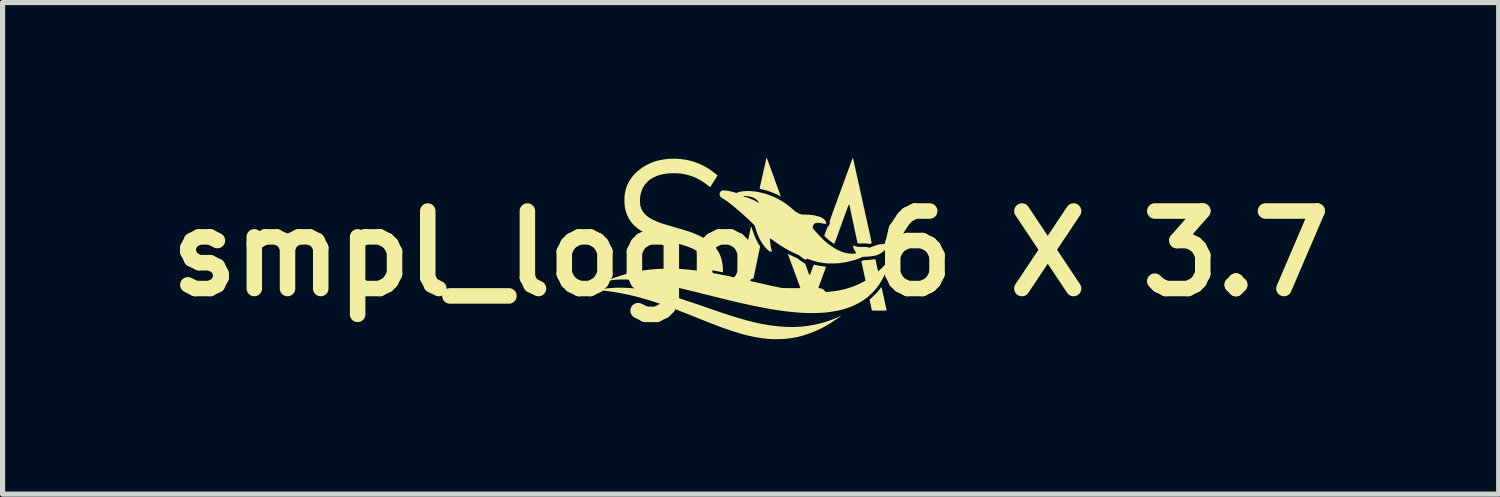
<source format=kicad_pcb>
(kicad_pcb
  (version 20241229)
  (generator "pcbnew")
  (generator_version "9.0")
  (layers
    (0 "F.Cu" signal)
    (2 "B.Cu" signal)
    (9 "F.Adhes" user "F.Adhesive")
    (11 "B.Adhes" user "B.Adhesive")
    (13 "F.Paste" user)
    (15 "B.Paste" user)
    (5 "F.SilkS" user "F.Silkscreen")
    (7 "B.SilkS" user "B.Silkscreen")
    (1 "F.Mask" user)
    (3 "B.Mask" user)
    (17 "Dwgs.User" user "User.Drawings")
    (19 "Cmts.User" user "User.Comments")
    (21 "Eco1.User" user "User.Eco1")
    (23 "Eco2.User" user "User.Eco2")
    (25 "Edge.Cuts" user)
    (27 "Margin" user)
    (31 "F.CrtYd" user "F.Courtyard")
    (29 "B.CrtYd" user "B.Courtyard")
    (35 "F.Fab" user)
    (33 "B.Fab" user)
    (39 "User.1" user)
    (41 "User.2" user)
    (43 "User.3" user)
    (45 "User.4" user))
  (footprint "smpl_logo_ 6 X 3.7"
    (layer "F.Cu")
    (at 11.479 1.856)
    (property "Reference" "smpl_logo_ 6 X 3.7" (at 0 0 0) (layer "F.SilkS") (effects (font (size 1.5 1.5) (thickness 0.3))))
    (attr board_only exclude_from_pos_files exclude_from_bom)
    (fp_poly (pts (xy -2.801 0.538) (xy -2.803 0.54) (xy -2.805 0.538) (xy -2.803 0.536)) (stroke (width 0) (type solid)) (fill yes) (layer "F.SilkS"))
    (fp_poly (pts (xy 2.533 0.653) (xy 2.534 0.659) (xy 2.537 0.672) (xy 2.542 0.69) (xy 2.547 0.714) (xy 2.554 0.746) (xy 2.563 0.784) (xy 2.573 0.83) (xy 2.583 0.877) (xy 2.591 0.912) (xy 2.598 0.946) (xy 2.605 0.978) (xy 2.611 1.007) (xy 2.617 1.03) (xy 2.621 1.048) (xy 2.622 1.056) (xy 2.626 1.073) (xy 2.629 1.087) (xy 2.63 1.097) (xy 2.631 1.099) (xy 2.63 1.1) (xy 2.628 1.102) (xy 2.623 1.103) (xy 2.614 1.104) (xy 2.601 1.105) (xy 2.584 1.105) (xy 2.56 1.105) (xy 2.53 1.105) (xy 2.493 1.105) (xy 2.489 1.105) (xy 2.449 1.105) (xy 2.417 1.105) (xy 2.391 1.105) (xy 2.372 1.104) (xy 2.359 1.103) (xy 2.351 1.102) (xy 2.346 1.101) (xy 2.346 1.1) (xy 2.344 1.094) (xy 2.341 1.081) (xy 2.337 1.06) (xy 2.331 1.032) (xy 2.323 0.996) (xy 2.314 0.952) (xy 2.31 0.933) (xy 2.301 0.892) (xy 2.324 0.873) (xy 2.355 0.845) (xy 2.388 0.814) (xy 2.421 0.78) (xy 2.453 0.745) (xy 2.482 0.711) (xy 2.507 0.68) (xy 2.511 0.674) (xy 2.522 0.66) (xy 2.529 0.653) (xy 2.532 0.653)) (stroke (width 0) (type solid)) (fill yes) (layer "F.SilkS"))
    (fp_poly (pts (xy 0.015 -0.512) (xy 0.019 -0.502) (xy 0.024 -0.488) (xy 0.025 -0.485) (xy 0.054 -0.396) (xy 0.087 -0.312) (xy 0.123 -0.236) (xy 0.16 -0.173) (xy 0.183 -0.135) (xy 0.177 -0.104) (xy 0.174 -0.091) (xy 0.17 -0.071) (xy 0.165 -0.045) (xy 0.158 -0.015) (xy 0.151 0.02) (xy 0.143 0.057) (xy 0.135 0.096) (xy 0.127 0.135) (xy 0.118 0.174) (xy 0.114 0.195) (xy 0.107 0.23) (xy 0.1 0.263) (xy 0.094 0.293) (xy 0.09 0.312) (xy 0.089 0.319) (xy 0.086 0.333) (xy 0.082 0.352) (xy 0.077 0.374) (xy 0.073 0.393) (xy 0.068 0.417) (xy 0.063 0.439) (xy 0.059 0.458) (xy 0.056 0.471) (xy 0.055 0.477) (xy 0.054 0.483) (xy 0.052 0.487) (xy 0.047 0.489) (xy 0.04 0.489) (xy 0.029 0.488) (xy 0.012 0.485) (xy -0.011 0.479) (xy -0.035 0.474) (xy -0.063 0.467) (xy -0.092 0.46) (xy -0.12 0.453) (xy -0.143 0.448) (xy -0.15 0.446) (xy -0.169 0.442) (xy -0.185 0.438) (xy -0.196 0.434) (xy -0.201 0.432) (xy -0.201 0.43) (xy -0.201 0.425) (xy -0.2 0.417) (xy -0.198 0.405) (xy -0.195 0.388) (xy -0.19 0.366) (xy -0.184 0.338) (xy -0.177 0.305) (xy -0.168 0.264) (xy -0.157 0.216) (xy -0.152 0.195) (xy -0.146 0.167) (xy -0.138 0.133) (xy -0.13 0.096) (xy -0.121 0.058) (xy -0.113 0.022) (xy -0.11 0.008) (xy -0.104 -0.023) (xy -0.096 -0.055) (xy -0.09 -0.084) (xy -0.084 -0.11) (xy -0.079 -0.131) (xy -0.077 -0.141) (xy -0.072 -0.161) (xy -0.066 -0.187) (xy -0.06 -0.215) (xy -0.054 -0.242) (xy -0.052 -0.251) (xy -0.047 -0.273) (xy -0.043 -0.291) (xy -0.039 -0.308) (xy -0.035 -0.326) (xy -0.031 -0.345) (xy -0.026 -0.367) (xy -0.021 -0.393) (xy -0.014 -0.425) (xy -0.008 -0.452) (xy -0.002 -0.477) (xy 0.003 -0.497) (xy 0.008 -0.509) (xy 0.011 -0.515) (xy 0.011 -0.515)) (stroke (width 0) (type solid)) (fill yes) (layer "F.SilkS"))
    (fp_poly (pts (xy 0.31 -1.852) (xy 0.314 -1.842) (xy 0.321 -1.826) (xy 0.329 -1.806) (xy 0.338 -1.781) (xy 0.347 -1.757) (xy 0.358 -1.725) (xy 0.37 -1.693) (xy 0.381 -1.662) (xy 0.392 -1.633) (xy 0.4 -1.61) (xy 0.404 -1.6) (xy 0.413 -1.576) (xy 0.422 -1.551) (xy 0.43 -1.528) (xy 0.436 -1.51) (xy 0.437 -1.509) (xy 0.444 -1.489) (xy 0.453 -1.465) (xy 0.461 -1.441) (xy 0.466 -1.43) (xy 0.472 -1.411) (xy 0.481 -1.387) (xy 0.491 -1.36) (xy 0.501 -1.331) (xy 0.509 -1.309) (xy 0.526 -1.263) (xy 0.54 -1.224) (xy 0.552 -1.192) (xy 0.561 -1.166) (xy 0.568 -1.146) (xy 0.574 -1.13) (xy 0.578 -1.119) (xy 0.58 -1.112) (xy 0.581 -1.108) (xy 0.582 -1.107) (xy 0.581 -1.106) (xy 0.576 -1.107) (xy 0.568 -1.111) (xy 0.554 -1.118) (xy 0.534 -1.128) (xy 0.496 -1.147) (xy 0.455 -1.165) (xy 0.414 -1.182) (xy 0.375 -1.196) (xy 0.366 -1.199) (xy 0.349 -1.204) (xy 0.334 -1.209) (xy 0.324 -1.213) (xy 0.322 -1.214) (xy 0.314 -1.217) (xy 0.299 -1.221) (xy 0.28 -1.226) (xy 0.259 -1.232) (xy 0.238 -1.237) (xy 0.218 -1.242) (xy 0.202 -1.246) (xy 0.198 -1.247) (xy 0.184 -1.25) (xy 0.177 -1.254) (xy 0.175 -1.258) (xy 0.176 -1.265) (xy 0.178 -1.278) (xy 0.181 -1.295) (xy 0.185 -1.309) (xy 0.188 -1.326) (xy 0.193 -1.348) (xy 0.199 -1.376) (xy 0.206 -1.406) (xy 0.213 -1.438) (xy 0.218 -1.459) (xy 0.224 -1.489) (xy 0.231 -1.518) (xy 0.237 -1.544) (xy 0.242 -1.565) (xy 0.245 -1.582) (xy 0.247 -1.59) (xy 0.25 -1.602) (xy 0.254 -1.62) (xy 0.26 -1.643) (xy 0.265 -1.669) (xy 0.27 -1.691) (xy 0.276 -1.718) (xy 0.282 -1.743) (xy 0.287 -1.766) (xy 0.291 -1.785) (xy 0.294 -1.795) (xy 0.297 -1.812) (xy 0.3 -1.828) (xy 0.302 -1.838) (xy 0.304 -1.849) (xy 0.307 -1.855) (xy 0.308 -1.856)) (stroke (width 0) (type solid)) (fill yes) (layer "F.SilkS"))
    (fp_poly (pts (xy 0.725 0.011) (xy 0.735 0.015) (xy 0.75 0.022) (xy 0.769 0.031) (xy 0.786 0.039) (xy 0.809 0.05) (xy 0.832 0.06) (xy 0.852 0.07) (xy 0.868 0.076) (xy 0.875 0.079) (xy 0.889 0.085) (xy 0.9 0.091) (xy 0.905 0.094) (xy 0.912 0.1) (xy 0.922 0.108) (xy 0.926 0.111) (xy 0.936 0.119) (xy 0.942 0.124) (xy 0.943 0.125) (xy 0.949 0.129) (xy 0.959 0.137) (xy 0.974 0.147) (xy 0.99 0.157) (xy 1.006 0.168) (xy 1.02 0.177) (xy 1.032 0.184) (xy 1.033 0.185) (xy 1.044 0.191) (xy 1.052 0.197) (xy 1.057 0.205) (xy 1.062 0.217) (xy 1.066 0.228) (xy 1.072 0.243) (xy 1.079 0.264) (xy 1.088 0.288) (xy 1.097 0.313) (xy 1.1 0.322) (xy 1.108 0.345) (xy 1.116 0.365) (xy 1.122 0.383) (xy 1.126 0.395) (xy 1.128 0.399) (xy 1.134 0.41) (xy 1.14 0.413) (xy 1.143 0.413) (xy 1.145 0.41) (xy 1.149 0.405) (xy 1.153 0.397) (xy 1.158 0.384) (xy 1.165 0.367) (xy 1.173 0.344) (xy 1.183 0.316) (xy 1.196 0.281) (xy 1.204 0.259) (xy 1.212 0.239) (xy 1.218 0.225) (xy 1.223 0.217) (xy 1.225 0.216) (xy 1.232 0.217) (xy 1.244 0.22) (xy 1.259 0.223) (xy 1.263 0.224) (xy 1.292 0.231) (xy 1.325 0.237) (xy 1.359 0.243) (xy 1.392 0.248) (xy 1.42 0.251) (xy 1.424 0.252) (xy 1.44 0.253) (xy 1.452 0.255) (xy 1.458 0.256) (xy 1.459 0.256) (xy 1.457 0.261) (xy 1.454 0.272) (xy 1.448 0.287) (xy 1.442 0.305) (xy 1.435 0.325) (xy 1.428 0.345) (xy 1.421 0.363) (xy 1.415 0.378) (xy 1.413 0.384) (xy 1.41 0.393) (xy 1.404 0.409) (xy 1.396 0.43) (xy 1.387 0.456) (xy 1.376 0.485) (xy 1.365 0.516) (xy 1.353 0.548) (xy 1.341 0.58) (xy 1.33 0.611) (xy 1.32 0.64) (xy 1.311 0.665) (xy 1.307 0.675) (xy 1.3 0.694) (xy 1.294 0.706) (xy 1.289 0.712) (xy 1.286 0.713) (xy 1.279 0.713) (xy 1.265 0.713) (xy 1.247 0.712) (xy 1.226 0.711) (xy 1.222 0.71) (xy 1.19 0.708) (xy 1.157 0.706) (xy 1.124 0.703) (xy 1.091 0.7) (xy 1.06 0.696) (xy 1.032 0.692) (xy 1.007 0.689) (xy 0.988 0.686) (xy 0.974 0.683) (xy 0.967 0.68) (xy 0.966 0.68) (xy 0.964 0.675) (xy 0.96 0.663) (xy 0.954 0.646) (xy 0.946 0.624) (xy 0.937 0.6) (xy 0.932 0.586) (xy 0.92 0.553) (xy 0.906 0.516) (xy 0.892 0.477) (xy 0.878 0.438) (xy 0.865 0.404) (xy 0.865 0.403) (xy 0.854 0.375) (xy 0.844 0.347) (xy 0.835 0.321) (xy 0.827 0.3) (xy 0.821 0.284) (xy 0.819 0.278) (xy 0.811 0.258) (xy 0.803 0.235) (xy 0.796 0.216) (xy 0.789 0.198) (xy 0.782 0.179) (xy 0.777 0.164) (xy 0.777 0.164) (xy 0.763 0.127) (xy 0.75 0.094) (xy 0.74 0.065) (xy 0.732 0.042) (xy 0.725 0.024) (xy 0.722 0.013) (xy 0.721 0.009)) (stroke (width 0) (type solid)) (fill yes) (layer "F.SilkS"))
    (fp_poly (pts (xy -1.358 -1.828) (xy -1.258 -1.815) (xy -1.161 -1.793) (xy -1.065 -1.764) (xy -0.973 -1.727) (xy -0.885 -1.683) (xy -0.8 -1.632) (xy -0.794 -1.628) (xy -0.778 -1.617) (xy -0.758 -1.602) (xy -0.736 -1.586) (xy -0.713 -1.569) (xy -0.691 -1.552) (xy -0.672 -1.537) (xy -0.657 -1.525) (xy -0.654 -1.522) (xy -0.64 -1.51) (xy -0.711 -1.398) (xy -0.728 -1.371) (xy -0.744 -1.346) (xy -0.758 -1.324) (xy -0.769 -1.306) (xy -0.778 -1.293) (xy -0.782 -1.286) (xy -0.783 -1.285) (xy -0.787 -1.287) (xy -0.796 -1.293) (xy -0.809 -1.303) (xy -0.824 -1.315) (xy -0.83 -1.319) (xy -0.906 -1.376) (xy -0.984 -1.424) (xy -1.064 -1.465) (xy -1.146 -1.498) (xy -1.231 -1.523) (xy -1.32 -1.542) (xy -1.334 -1.544) (xy -1.365 -1.548) (xy -1.403 -1.55) (xy -1.444 -1.552) (xy -1.486 -1.553) (xy -1.527 -1.553) (xy -1.565 -1.552) (xy -1.587 -1.551) (xy -1.667 -1.54) (xy -1.741 -1.525) (xy -1.809 -1.504) (xy -1.871 -1.477) (xy -1.927 -1.445) (xy -1.977 -1.408) (xy -2.021 -1.366) (xy -2.058 -1.318) (xy -2.089 -1.265) (xy -2.113 -1.207) (xy -2.13 -1.145) (xy -2.134 -1.124) (xy -2.139 -1.094) (xy -2.141 -1.061) (xy -2.142 -1.026) (xy -2.142 -0.991) (xy -2.14 -0.959) (xy -2.137 -0.931) (xy -2.133 -0.913) (xy -2.117 -0.869) (xy -2.097 -0.827) (xy -2.07 -0.789) (xy -2.038 -0.753) (xy -1.999 -0.719) (xy -1.953 -0.688) (xy -1.9 -0.658) (xy -1.839 -0.629) (xy -1.793 -0.61) (xy -1.776 -0.603) (xy -1.76 -0.597) (xy -1.744 -0.591) (xy -1.728 -0.585) (xy -1.711 -0.58) (xy -1.692 -0.573) (xy -1.67 -0.567) (xy -1.644 -0.559) (xy -1.615 -0.55) (xy -1.58 -0.54) (xy -1.54 -0.528) (xy -1.493 -0.514) (xy -1.448 -0.501) (xy -1.393 -0.485) (xy -1.344 -0.471) (xy -1.302 -0.458) (xy -1.266 -0.447) (xy -1.234 -0.437) (xy -1.206 -0.428) (xy -1.18 -0.42) (xy -1.157 -0.412) (xy -1.135 -0.404) (xy -1.113 -0.395) (xy -1.091 -0.386) (xy -1.086 -0.384) (xy -1.002 -0.347) (xy -0.925 -0.309) (xy -0.856 -0.268) (xy -0.794 -0.224) (xy -0.74 -0.179) (xy -0.693 -0.13) (xy -0.652 -0.079) (xy -0.619 -0.025) (xy -0.605 0.002) (xy -0.58 0.063) (xy -0.56 0.13) (xy -0.546 0.201) (xy -0.538 0.277) (xy -0.537 0.3) (xy -0.537 0.322) (xy -0.536 0.341) (xy -0.536 0.356) (xy -0.536 0.364) (xy -0.536 0.365) (xy -0.541 0.364) (xy -0.552 0.362) (xy -0.567 0.359) (xy -0.578 0.357) (xy -0.593 0.354) (xy -0.615 0.349) (xy -0.641 0.344) (xy -0.671 0.339) (xy -0.702 0.333) (xy -0.725 0.329) (xy -0.833 0.309) (xy -0.838 0.27) (xy -0.849 0.21) (xy -0.868 0.154) (xy -0.893 0.103) (xy -0.925 0.055) (xy -0.964 0.012) (xy -1.011 -0.027) (xy -1.065 -0.063) (xy -1.09 -0.077) (xy -1.113 -0.089) (xy -1.136 -0.1) (xy -1.159 -0.11) (xy -1.185 -0.12) (xy -1.213 -0.131) (xy -1.245 -0.142) (xy -1.281 -0.153) (xy -1.322 -0.166) (xy -1.369 -0.18) (xy -1.424 -0.196) (xy -1.438 -0.2) (xy -1.532 -0.227) (xy -1.618 -0.253) (xy -1.696 -0.277) (xy -1.768 -0.299) (xy -1.833 -0.321) (xy -1.892 -0.341) (xy -1.945 -0.361) (xy -1.993 -0.38) (xy -2.035 -0.398) (xy -2.073 -0.416) (xy -2.107 -0.433) (xy -2.137 -0.45) (xy -2.161 -0.466) (xy -2.22 -0.511) (xy -2.272 -0.56) (xy -2.317 -0.613) (xy -2.355 -0.67) (xy -2.387 -0.732) (xy -2.411 -0.799) (xy -2.43 -0.871) (xy -2.432 -0.881) (xy -2.436 -0.912) (xy -2.44 -0.95) (xy -2.442 -0.99) (xy -2.443 -1.032) (xy -2.442 -1.073) (xy -2.441 -1.11) (xy -2.438 -1.14) (xy -2.423 -1.216) (xy -2.402 -1.288) (xy -2.374 -1.356) (xy -2.338 -1.421) (xy -2.295 -1.482) (xy -2.245 -1.539) (xy -2.187 -1.594) (xy -2.122 -1.645) (xy -2.088 -1.669) (xy -2.017 -1.712) (xy -1.943 -1.748) (xy -1.866 -1.778) (xy -1.784 -1.801) (xy -1.698 -1.818) (xy -1.606 -1.83) (xy -1.562 -1.833) (xy -1.459 -1.835)) (stroke (width 0) (type solid)) (fill yes) (layer "F.SilkS"))
    (fp_poly (pts (xy -2.379 0.666) (xy -2.261 0.675) (xy -2.14 0.69) (xy -2.014 0.709) (xy -1.884 0.734) (xy -1.75 0.765) (xy -1.61 0.801) (xy -1.465 0.842) (xy -1.371 0.871) (xy -1.333 0.883) (xy -1.288 0.898) (xy -1.237 0.915) (xy -1.181 0.934) (xy -1.12 0.954) (xy -1.055 0.976) (xy -0.987 0.999) (xy -0.918 1.023) (xy -0.847 1.047) (xy -0.776 1.072) (xy -0.727 1.089) (xy -0.652 1.115) (xy -0.583 1.139) (xy -0.519 1.16) (xy -0.457 1.18) (xy -0.398 1.2) (xy -0.338 1.218) (xy -0.276 1.237) (xy -0.212 1.256) (xy -0.142 1.276) (xy -0.067 1.298) (xy -0.064 1.298) (xy -0.049 1.302) (xy -0.031 1.307) (xy -0.012 1.311) (xy 0.004 1.315) (xy 0.019 1.319) (xy 0.029 1.322) (xy 0.029 1.322) (xy 0.033 1.323) (xy 0.038 1.325) (xy 0.044 1.326) (xy 0.053 1.329) (xy 0.066 1.331) (xy 0.084 1.335) (xy 0.107 1.34) (xy 0.136 1.347) (xy 0.166 1.353) (xy 0.302 1.379) (xy 0.436 1.399) (xy 0.568 1.413) (xy 0.697 1.421) (xy 0.823 1.423) (xy 0.944 1.418) (xy 1.062 1.408) (xy 1.141 1.396) (xy 1.249 1.376) (xy 1.357 1.35) (xy 1.463 1.32) (xy 1.565 1.285) (xy 1.663 1.246) (xy 1.738 1.211) (xy 1.746 1.208) (xy 1.75 1.207) (xy 1.75 1.207) (xy 1.746 1.211) (xy 1.737 1.218) (xy 1.722 1.229) (xy 1.703 1.242) (xy 1.681 1.257) (xy 1.657 1.274) (xy 1.631 1.291) (xy 1.605 1.309) (xy 1.579 1.326) (xy 1.554 1.342) (xy 1.532 1.356) (xy 1.513 1.368) (xy 1.498 1.377) (xy 1.488 1.383) (xy 1.485 1.384) (xy 1.48 1.386) (xy 1.472 1.391) (xy 1.472 1.392) (xy 1.457 1.401) (xy 1.437 1.412) (xy 1.411 1.426) (xy 1.382 1.441) (xy 1.35 1.457) (xy 1.318 1.472) (xy 1.286 1.487) (xy 1.255 1.501) (xy 1.24 1.508) (xy 1.129 1.551) (xy 1.019 1.587) (xy 0.909 1.616) (xy 0.798 1.637) (xy 0.685 1.651) (xy 0.568 1.658) (xy 0.448 1.659) (xy 0.422 1.658) (xy 0.395 1.657) (xy 0.37 1.656) (xy 0.347 1.654) (xy 0.329 1.653) (xy 0.32 1.652) (xy 0.229 1.641) (xy 0.139 1.627) (xy 0.05 1.611) (xy -0.04 1.591) (xy -0.132 1.568) (xy -0.228 1.541) (xy -0.328 1.51) (xy -0.42 1.479) (xy -0.461 1.465) (xy -0.497 1.453) (xy -0.527 1.443) (xy -0.553 1.433) (xy -0.576 1.425) (xy -0.599 1.416) (xy -0.622 1.408) (xy -0.647 1.398) (xy -0.668 1.39) (xy -0.69 1.381) (xy -0.709 1.374) (xy -0.725 1.368) (xy -0.735 1.364) (xy -0.738 1.363) (xy -0.742 1.362) (xy -0.753 1.358) (xy -0.769 1.352) (xy -0.788 1.344) (xy -0.81 1.335) (xy -0.834 1.326) (xy -0.857 1.317) (xy -0.878 1.309) (xy -0.897 1.301) (xy -0.912 1.295) (xy -0.918 1.292) (xy -0.928 1.288) (xy -0.944 1.282) (xy -0.965 1.274) (xy -0.988 1.264) (xy -1.012 1.255) (xy -1.036 1.246) (xy -1.057 1.237) (xy -1.075 1.23) (xy -1.088 1.225) (xy -1.095 1.222) (xy -1.095 1.222) (xy -1.103 1.219) (xy -1.117 1.213) (xy -1.138 1.204) (xy -1.163 1.194) (xy -1.193 1.182) (xy -1.226 1.169) (xy -1.262 1.155) (xy -1.3 1.141) (xy -1.313 1.135) (xy -1.442 1.086) (xy -1.564 1.04) (xy -1.681 0.998) (xy -1.792 0.96) (xy -1.9 0.925) (xy -2.004 0.893) (xy -2.106 0.864) (xy -2.206 0.837) (xy -2.273 0.82) (xy -2.3 0.814) (xy -2.326 0.808) (xy -2.349 0.802) (xy -2.368 0.798) (xy -2.379 0.796) (xy -2.397 0.792) (xy -2.419 0.788) (xy -2.441 0.783) (xy -2.45 0.781) (xy -2.528 0.766) (xy -2.613 0.751) (xy -2.7 0.737) (xy -2.789 0.725) (xy -2.876 0.715) (xy -2.925 0.711) (xy -2.943 0.709) (xy -2.958 0.707) (xy -2.968 0.706) (xy -2.97 0.705) (xy -2.968 0.703) (xy -2.959 0.701) (xy -2.952 0.7) (xy -2.936 0.698) (xy -2.921 0.695) (xy -2.917 0.694) (xy -2.905 0.692) (xy -2.887 0.689) (xy -2.863 0.685) (xy -2.836 0.682) (xy -2.807 0.678) (xy -2.777 0.675) (xy -2.749 0.672) (xy -2.724 0.67) (xy -2.716 0.669) (xy -2.606 0.663) (xy -2.494 0.662)) (stroke (width 0) (type solid)) (fill yes) (layer "F.SilkS"))
    (fp_poly (pts (xy 1.981 -1.845) (xy 1.984 -1.834) (xy 1.988 -1.818) (xy 1.99 -1.808) (xy 1.993 -1.794) (xy 1.997 -1.773) (xy 2.003 -1.747) (xy 2.01 -1.716) (xy 2.018 -1.681) (xy 2.026 -1.644) (xy 2.034 -1.605) (xy 2.043 -1.566) (xy 2.051 -1.528) (xy 2.059 -1.492) (xy 2.067 -1.459) (xy 2.068 -1.455) (xy 2.077 -1.414) (xy 2.084 -1.381) (xy 2.09 -1.353) (xy 2.096 -1.33) (xy 2.1 -1.311) (xy 2.102 -1.303) (xy 2.106 -1.283) (xy 2.11 -1.263) (xy 2.114 -1.249) (xy 2.117 -1.232) (xy 2.122 -1.211) (xy 2.127 -1.187) (xy 2.133 -1.161) (xy 2.139 -1.135) (xy 2.144 -1.112) (xy 2.148 -1.092) (xy 2.152 -1.077) (xy 2.153 -1.07) (xy 2.155 -1.063) (xy 2.158 -1.048) (xy 2.162 -1.027) (xy 2.168 -1.001) (xy 2.175 -0.97) (xy 2.182 -0.936) (xy 2.19 -0.9) (xy 2.194 -0.885) (xy 2.204 -0.838) (xy 2.213 -0.797) (xy 2.221 -0.763) (xy 2.227 -0.733) (xy 2.233 -0.708) (xy 2.238 -0.684) (xy 2.243 -0.663) (xy 2.248 -0.641) (xy 2.252 -0.62) (xy 2.257 -0.596) (xy 2.262 -0.573) (xy 2.268 -0.549) (xy 2.273 -0.527) (xy 2.277 -0.508) (xy 2.28 -0.494) (xy 2.281 -0.488) (xy 2.286 -0.468) (xy 2.292 -0.443) (xy 2.298 -0.415) (xy 2.305 -0.386) (xy 2.311 -0.355) (xy 2.318 -0.324) (xy 2.324 -0.294) (xy 2.329 -0.267) (xy 2.334 -0.243) (xy 2.338 -0.223) (xy 2.34 -0.208) (xy 2.341 -0.201) (xy 2.341 -0.2) (xy 2.335 -0.196) (xy 2.325 -0.192) (xy 2.319 -0.19) (xy 2.309 -0.186) (xy 2.3 -0.185) (xy 2.289 -0.186) (xy 2.275 -0.189) (xy 2.264 -0.191) (xy 2.25 -0.193) (xy 2.233 -0.194) (xy 2.211 -0.195) (xy 2.183 -0.195) (xy 2.162 -0.194) (xy 2.136 -0.194) (xy 2.112 -0.194) (xy 2.093 -0.195) (xy 2.079 -0.195) (xy 2.072 -0.196) (xy 2.072 -0.196) (xy 2.07 -0.2) (xy 2.067 -0.21) (xy 2.063 -0.225) (xy 2.058 -0.248) (xy 2.052 -0.277) (xy 2.044 -0.314) (xy 2.043 -0.32) (xy 2.037 -0.346) (xy 2.031 -0.375) (xy 2.025 -0.403) (xy 2.022 -0.416) (xy 2.018 -0.435) (xy 2.014 -0.456) (xy 2.009 -0.48) (xy 2.003 -0.507) (xy 1.996 -0.54) (xy 1.988 -0.577) (xy 1.979 -0.62) (xy 1.968 -0.669) (xy 1.956 -0.726) (xy 1.954 -0.738) (xy 1.944 -0.784) (xy 1.935 -0.823) (xy 1.928 -0.855) (xy 1.923 -0.881) (xy 1.918 -0.901) (xy 1.915 -0.917) (xy 1.912 -0.929) (xy 1.91 -0.937) (xy 1.908 -0.942) (xy 1.907 -0.944) (xy 1.905 -0.946) (xy 1.904 -0.946) (xy 1.903 -0.946) (xy 1.9 -0.944) (xy 1.895 -0.936) (xy 1.889 -0.921) (xy 1.88 -0.9) (xy 1.87 -0.871) (xy 1.862 -0.851) (xy 1.852 -0.822) (xy 1.842 -0.794) (xy 1.832 -0.768) (xy 1.824 -0.746) (xy 1.818 -0.73) (xy 1.816 -0.723) (xy 1.812 -0.714) (xy 1.806 -0.697) (xy 1.798 -0.675) (xy 1.788 -0.646) (xy 1.776 -0.613) (xy 1.762 -0.576) (xy 1.748 -0.536) (xy 1.732 -0.493) (xy 1.716 -0.449) (xy 1.712 -0.437) (xy 1.696 -0.394) (xy 1.681 -0.352) (xy 1.667 -0.314) (xy 1.654 -0.279) (xy 1.643 -0.249) (xy 1.633 -0.223) (xy 1.625 -0.204) (xy 1.62 -0.19) (xy 1.617 -0.184) (xy 1.617 -0.183) (xy 1.612 -0.185) (xy 1.604 -0.191) (xy 1.602 -0.192) (xy 1.574 -0.213) (xy 1.548 -0.232) (xy 1.525 -0.25) (xy 1.501 -0.27) (xy 1.475 -0.293) (xy 1.445 -0.321) (xy 1.444 -0.321) (xy 1.424 -0.34) (xy 1.429 -0.356) (xy 1.432 -0.364) (xy 1.435 -0.374) (xy 1.441 -0.388) (xy 1.447 -0.407) (xy 1.456 -0.431) (xy 1.467 -0.461) (xy 1.475 -0.481) (xy 1.484 -0.502) (xy 1.492 -0.517) (xy 1.502 -0.528) (xy 1.516 -0.542) (xy 1.524 -0.556) (xy 1.529 -0.572) (xy 1.53 -0.593) (xy 1.529 -0.613) (xy 1.531 -0.621) (xy 1.535 -0.637) (xy 1.542 -0.659) (xy 1.551 -0.688) (xy 1.563 -0.724) (xy 1.578 -0.765) (xy 1.595 -0.812) (xy 1.614 -0.864) (xy 1.635 -0.921) (xy 1.657 -0.982) (xy 1.666 -1.004) (xy 1.671 -1.019) (xy 1.679 -1.04) (xy 1.688 -1.064) (xy 1.698 -1.09) (xy 1.704 -1.108) (xy 1.718 -1.148) (xy 1.73 -1.181) (xy 1.74 -1.208) (xy 1.748 -1.229) (xy 1.754 -1.246) (xy 1.759 -1.258) (xy 1.762 -1.268) (xy 1.765 -1.275) (xy 1.767 -1.281) (xy 1.769 -1.286) (xy 1.769 -1.286) (xy 1.772 -1.295) (xy 1.778 -1.31) (xy 1.785 -1.33) (xy 1.794 -1.354) (xy 1.803 -1.38) (xy 1.808 -1.393) (xy 1.819 -1.424) (xy 1.831 -1.456) (xy 1.843 -1.488) (xy 1.853 -1.518) (xy 1.862 -1.542) (xy 1.863 -1.545) (xy 1.883 -1.599) (xy 1.905 -1.658) (xy 1.928 -1.72) (xy 1.95 -1.782) (xy 1.954 -1.794) (xy 1.962 -1.814) (xy 1.969 -1.831) (xy 1.974 -1.843) (xy 1.978 -1.85) (xy 1.979 -1.85)) (stroke (width 0) (type solid)) (fill yes) (layer "F.SilkS"))
    (fp_poly (pts (xy 2.699 0.114) (xy 2.697 0.125) (xy 2.692 0.141) (xy 2.686 0.162) (xy 2.679 0.185) (xy 2.672 0.209) (xy 2.664 0.233) (xy 2.656 0.256) (xy 2.65 0.275) (xy 2.618 0.358) (xy 2.58 0.439) (xy 2.538 0.518) (xy 2.493 0.591) (xy 2.445 0.659) (xy 2.42 0.69) (xy 2.398 0.715) (xy 2.372 0.742) (xy 2.343 0.771) (xy 2.314 0.799) (xy 2.285 0.826) (xy 2.259 0.848) (xy 2.248 0.857) (xy 2.17 0.913) (xy 2.086 0.963) (xy 1.997 1.007) (xy 1.902 1.045) (xy 1.802 1.078) (xy 1.696 1.104) (xy 1.584 1.125) (xy 1.466 1.141) (xy 1.396 1.147) (xy 1.372 1.148) (xy 1.34 1.15) (xy 1.304 1.151) (xy 1.266 1.152) (xy 1.226 1.153) (xy 1.187 1.153) (xy 1.151 1.153) (xy 1.12 1.153) (xy 1.095 1.153) (xy 0.978 1.147) (xy 0.857 1.138) (xy 0.73 1.125) (xy 0.598 1.108) (xy 0.461 1.088) (xy 0.317 1.063) (xy 0.168 1.035) (xy 0.011 1.003) (xy -0.062 0.987) (xy -0.1 0.979) (xy -0.135 0.971) (xy -0.168 0.964) (xy -0.199 0.957) (xy -0.23 0.95) (xy -0.26 0.943) (xy -0.291 0.935) (xy -0.323 0.928) (xy -0.357 0.92) (xy -0.392 0.911) (xy -0.431 0.902) (xy -0.473 0.892) (xy -0.519 0.88) (xy -0.57 0.868) (xy -0.626 0.854) (xy -0.688 0.839) (xy -0.756 0.822) (xy -0.832 0.803) (xy -0.877 0.792) (xy -0.976 0.767) (xy -1.067 0.744) (xy -1.152 0.724) (xy -1.23 0.705) (xy -1.303 0.687) (xy -1.37 0.671) (xy -1.433 0.657) (xy -1.491 0.643) (xy -1.546 0.631) (xy -1.597 0.619) (xy -1.647 0.609) (xy -1.694 0.599) (xy -1.74 0.59) (xy -1.785 0.581) (xy -1.83 0.573) (xy -1.876 0.565) (xy -1.922 0.556) (xy -1.928 0.555) (xy -2.044 0.537) (xy -2.156 0.522) (xy -2.262 0.512) (xy -2.362 0.505) (xy -2.457 0.503) (xy -2.546 0.504) (xy -2.628 0.509) (xy -2.704 0.519) (xy -2.765 0.53) (xy -2.779 0.533) (xy -2.79 0.535) (xy -2.795 0.535) (xy -2.795 0.535) (xy -2.792 0.533) (xy -2.783 0.528) (xy -2.768 0.521) (xy -2.748 0.513) (xy -2.724 0.503) (xy -2.698 0.493) (xy -2.671 0.482) (xy -2.643 0.472) (xy -2.631 0.467) (xy -2.497 0.423) (xy -2.361 0.385) (xy -2.222 0.353) (xy -2.08 0.328) (xy -1.935 0.31) (xy -1.786 0.299) (xy -1.632 0.294) (xy -1.475 0.295) (xy -1.313 0.303) (xy -1.147 0.318) (xy -0.976 0.339) (xy -0.952 0.343) (xy -0.903 0.35) (xy -0.855 0.358) (xy -0.807 0.365) (xy -0.758 0.374) (xy -0.707 0.383) (xy -0.655 0.393) (xy -0.601 0.403) (xy -0.543 0.415) (xy -0.482 0.427) (xy -0.416 0.441) (xy -0.346 0.457) (xy -0.27 0.473) (xy -0.189 0.492) (xy -0.1 0.512) (xy -0.005 0.534) (xy 0.039 0.544) (xy 0.11 0.56) (xy 0.173 0.574) (xy 0.23 0.587) (xy 0.281 0.599) (xy 0.326 0.609) (xy 0.367 0.618) (xy 0.405 0.627) (xy 0.44 0.634) (xy 0.472 0.641) (xy 0.503 0.647) (xy 0.534 0.653) (xy 0.564 0.659) (xy 0.595 0.666) (xy 0.628 0.672) (xy 0.634 0.673) (xy 0.774 0.697) (xy 0.907 0.717) (xy 1.035 0.732) (xy 1.157 0.742) (xy 1.273 0.747) (xy 1.384 0.747) (xy 1.49 0.743) (xy 1.591 0.733) (xy 1.608 0.731) (xy 1.707 0.715) (xy 1.806 0.694) (xy 1.903 0.666) (xy 1.996 0.634) (xy 2.027 0.622) (xy 2.05 0.612) (xy 2.076 0.6) (xy 2.104 0.587) (xy 2.133 0.573) (xy 2.16 0.559) (xy 2.185 0.546) (xy 2.206 0.535) (xy 2.221 0.526) (xy 2.222 0.526) (xy 2.222 0.521) (xy 2.22 0.511) (xy 2.217 0.498) (xy 2.217 0.496) (xy 2.213 0.48) (xy 2.209 0.459) (xy 2.204 0.436) (xy 2.201 0.422) (xy 2.197 0.405) (xy 2.192 0.382) (xy 2.186 0.354) (xy 2.18 0.323) (xy 2.173 0.29) (xy 2.168 0.267) (xy 2.161 0.237) (xy 2.156 0.211) (xy 2.151 0.188) (xy 2.148 0.17) (xy 2.145 0.158) (xy 2.144 0.153) (xy 2.144 0.153) (xy 2.148 0.15) (xy 2.157 0.145) (xy 2.166 0.14) (xy 2.177 0.136) (xy 2.189 0.132) (xy 2.204 0.13) (xy 2.224 0.128) (xy 2.242 0.127) (xy 2.265 0.126) (xy 2.292 0.124) (xy 2.32 0.121) (xy 2.347 0.118) (xy 2.372 0.115) (xy 2.392 0.112) (xy 2.405 0.11) (xy 2.411 0.11) (xy 2.415 0.115) (xy 2.417 0.122) (xy 2.421 0.142) (xy 2.426 0.166) (xy 2.432 0.193) (xy 2.438 0.22) (xy 2.444 0.248) (xy 2.45 0.274) (xy 2.455 0.298) (xy 2.46 0.318) (xy 2.464 0.333) (xy 2.466 0.342) (xy 2.467 0.344) (xy 2.471 0.343) (xy 2.48 0.336) (xy 2.493 0.324) (xy 2.509 0.309) (xy 2.528 0.291) (xy 2.549 0.27) (xy 2.571 0.248) (xy 2.593 0.226) (xy 2.615 0.203) (xy 2.635 0.181) (xy 2.654 0.161) (xy 2.668 0.144) (xy 2.68 0.13) (xy 2.69 0.119) (xy 2.697 0.112) (xy 2.7 0.109)) (stroke (width 0) (type solid)) (fill yes) (layer "F.SilkS"))
    (fp_poly (pts (xy -0.501 -1.22) (xy -0.467 -1.217) (xy -0.429 -1.211) (xy -0.386 -1.201) (xy -0.34 -1.19) (xy -0.327 -1.186) (xy -0.274 -1.171) (xy -0.248 -1.182) (xy -0.211 -1.193) (xy -0.168 -1.202) (xy -0.119 -1.207) (xy -0.066 -1.209) (xy -0.009 -1.208) (xy 0.05 -1.203) (xy 0.111 -1.195) (xy 0.141 -1.19) (xy 0.246 -1.167) (xy 0.347 -1.136) (xy 0.444 -1.098) (xy 0.538 -1.052) (xy 0.629 -0.999) (xy 0.715 -0.938) (xy 0.798 -0.87) (xy 0.806 -0.863) (xy 0.847 -0.828) (xy 0.884 -0.8) (xy 0.919 -0.779) (xy 0.952 -0.765) (xy 0.976 -0.758) (xy 0.993 -0.756) (xy 1.016 -0.754) (xy 1.043 -0.753) (xy 1.062 -0.752) (xy 1.118 -0.751) (xy 1.173 -0.746) (xy 1.226 -0.738) (xy 1.276 -0.727) (xy 1.321 -0.714) (xy 1.361 -0.699) (xy 1.394 -0.681) (xy 1.421 -0.662) (xy 1.424 -0.66) (xy 1.438 -0.645) (xy 1.45 -0.627) (xy 1.458 -0.61) (xy 1.463 -0.596) (xy 1.463 -0.593) (xy 1.461 -0.584) (xy 1.456 -0.577) (xy 1.446 -0.574) (xy 1.43 -0.574) (xy 1.409 -0.577) (xy 1.38 -0.583) (xy 1.374 -0.584) (xy 1.348 -0.59) (xy 1.327 -0.593) (xy 1.308 -0.594) (xy 1.295 -0.593) (xy 1.265 -0.59) (xy 1.242 -0.582) (xy 1.225 -0.569) (xy 1.213 -0.55) (xy 1.205 -0.525) (xy 1.204 -0.522) (xy 1.202 -0.508) (xy 1.202 -0.498) (xy 1.204 -0.491) (xy 1.205 -0.488) (xy 1.216 -0.473) (xy 1.232 -0.453) (xy 1.253 -0.429) (xy 1.276 -0.402) (xy 1.303 -0.373) (xy 1.331 -0.344) (xy 1.36 -0.314) (xy 1.389 -0.285) (xy 1.417 -0.258) (xy 1.444 -0.234) (xy 1.467 -0.214) (xy 1.475 -0.207) (xy 1.546 -0.153) (xy 1.615 -0.107) (xy 1.683 -0.069) (xy 1.749 -0.039) (xy 1.814 -0.017) (xy 1.878 -0.003) (xy 1.941 0.004) (xy 1.964 0.004) (xy 1.993 0.004) (xy 2.014 0.003) (xy 2.029 0.00048) (xy 2.037 -0.003) (xy 2.04 -0.007) (xy 2.04 -0.007) (xy 2.038 -0.014) (xy 2.033 -0.025) (xy 2.025 -0.038) (xy 2.023 -0.041) (xy 2.007 -0.068) (xy 1.996 -0.09) (xy 1.989 -0.109) (xy 1.987 -0.127) (xy 1.986 -0.131) (xy 1.987 -0.144) (xy 1.988 -0.153) (xy 1.989 -0.155) (xy 1.994 -0.155) (xy 2.003 -0.152) (xy 2.007 -0.15) (xy 2.022 -0.143) (xy 2.036 -0.137) (xy 2.051 -0.133) (xy 2.068 -0.13) (xy 2.089 -0.128) (xy 2.114 -0.127) (xy 2.146 -0.127) (xy 2.165 -0.127) (xy 2.197 -0.127) (xy 2.222 -0.126) (xy 2.24 -0.126) (xy 2.254 -0.124) (xy 2.265 -0.122) (xy 2.273 -0.119) (xy 2.28 -0.116) (xy 2.286 -0.112) (xy 2.29 -0.11) (xy 2.298 -0.111) (xy 2.309 -0.115) (xy 2.326 -0.121) (xy 2.346 -0.129) (xy 2.386 -0.145) (xy 2.421 -0.157) (xy 2.452 -0.166) (xy 2.48 -0.173) (xy 2.507 -0.177) (xy 2.525 -0.179) (xy 2.546 -0.181) (xy 2.566 -0.184) (xy 2.583 -0.187) (xy 2.591 -0.189) (xy 2.618 -0.201) (xy 2.646 -0.219) (xy 2.671 -0.24) (xy 2.674 -0.243) (xy 2.689 -0.256) (xy 2.701 -0.261) (xy 2.709 -0.259) (xy 2.712 -0.25) (xy 2.712 -0.234) (xy 2.709 -0.224) (xy 2.698 -0.193) (xy 2.679 -0.16) (xy 2.655 -0.127) (xy 2.626 -0.094) (xy 2.593 -0.062) (xy 2.558 -0.032) (xy 2.52 -0.006) (xy 2.482 0.016) (xy 2.452 0.029) (xy 2.417 0.039) (xy 2.375 0.048) (xy 2.326 0.055) (xy 2.27 0.06) (xy 2.236 0.062) (xy 2.21 0.063) (xy 2.191 0.065) (xy 2.177 0.066) (xy 2.166 0.068) (xy 2.156 0.072) (xy 2.145 0.076) (xy 2.136 0.08) (xy 2.092 0.099) (xy 2.041 0.117) (xy 1.984 0.134) (xy 1.924 0.15) (xy 1.862 0.164) (xy 1.799 0.176) (xy 1.736 0.185) (xy 1.72 0.187) (xy 1.697 0.189) (xy 1.667 0.191) (xy 1.634 0.192) (xy 1.598 0.193) (xy 1.563 0.193) (xy 1.529 0.193) (xy 1.5 0.193) (xy 1.477 0.191) (xy 1.473 0.191) (xy 1.379 0.18) (xy 1.287 0.162) (xy 1.199 0.138) (xy 1.129 0.114) (xy 1.113 0.108) (xy 1.099 0.103) (xy 1.091 0.1) (xy 1.089 0.1) (xy 1.085 0.103) (xy 1.083 0.108) (xy 1.078 0.116) (xy 1.069 0.119) (xy 1.055 0.115) (xy 1.046 0.112) (xy 1.032 0.104) (xy 1.014 0.093) (xy 0.994 0.08) (xy 0.975 0.065) (xy 0.958 0.052) (xy 0.947 0.043) (xy 0.939 0.038) (xy 0.926 0.03) (xy 0.908 0.022) (xy 0.888 0.013) (xy 0.887 0.012) (xy 0.813 -0.021) (xy 0.736 -0.061) (xy 0.657 -0.106) (xy 0.576 -0.155) (xy 0.497 -0.209) (xy 0.429 -0.257) (xy 0.411 -0.27) (xy 0.395 -0.281) (xy 0.383 -0.289) (xy 0.376 -0.293) (xy 0.375 -0.293) (xy 0.373 -0.288) (xy 0.373 -0.276) (xy 0.374 -0.258) (xy 0.376 -0.236) (xy 0.379 -0.211) (xy 0.382 -0.184) (xy 0.386 -0.156) (xy 0.391 -0.129) (xy 0.395 -0.105) (xy 0.4 -0.084) (xy 0.401 -0.08) (xy 0.405 -0.062) (xy 0.408 -0.048) (xy 0.409 -0.039) (xy 0.409 -0.037) (xy 0.403 -0.034) (xy 0.393 -0.034) (xy 0.39 -0.034) (xy 0.372 -0.04) (xy 0.351 -0.053) (xy 0.328 -0.072) (xy 0.303 -0.096) (xy 0.277 -0.125) (xy 0.252 -0.158) (xy 0.226 -0.193) (xy 0.202 -0.232) (xy 0.179 -0.272) (xy 0.173 -0.283) (xy 0.153 -0.326) (xy 0.133 -0.373) (xy 0.115 -0.421) (xy 0.1 -0.467) (xy 0.096 -0.482) (xy 0.09 -0.502) (xy 0.085 -0.519) (xy 0.08 -0.533) (xy 0.078 -0.54) (xy 0.073 -0.546) (xy 0.064 -0.556) (xy 0.05 -0.57) (xy 0.033 -0.587) (xy 0.013 -0.606) (xy 0.002 -0.617) (xy -0.079 -0.692) (xy -0.155 -0.761) (xy -0.227 -0.825) (xy -0.266 -0.858) (xy 0.407 -0.858) (xy 0.409 -0.856) (xy 0.411 -0.858) (xy 0.409 -0.86) (xy 0.407 -0.858) (xy -0.266 -0.858) (xy -0.294 -0.882) (xy -0.356 -0.933) (xy -0.413 -0.978) (xy -0.465 -1.016) (xy -0.512 -1.048) (xy -0.535 -1.062) (xy -0.557 -1.076) (xy -0.573 -1.087) (xy -0.583 -1.096) (xy -0.59 -1.105) (xy -0.592 -1.109) (xy -0.137 -1.109) (xy -0.133 -1.104) (xy -0.123 -1.099) (xy -0.115 -1.097) (xy -0.088 -1.09) (xy -0.057 -1.079) (xy -0.024 -1.067) (xy 0.01 -1.054) (xy 0.043 -1.04) (xy 0.074 -1.026) (xy 0.101 -1.012) (xy 0.124 -1) (xy 0.139 -0.99) (xy 0.152 -0.981) (xy 0.159 -0.977) (xy 0.162 -0.978) (xy 0.162 -0.98) (xy 0.159 -0.988) (xy 0.152 -0.999) (xy 0.142 -1.013) (xy 0.13 -1.027) (xy 0.117 -1.04) (xy 0.116 -1.041) (xy 0.082 -1.066) (xy 0.043 -1.085) (xy -0.002 -1.099) (xy -0.039 -1.105) (xy -0.073 -1.109) (xy -0.098 -1.111) (xy -0.117 -1.113) (xy -0.129 -1.112) (xy -0.136 -1.111) (xy -0.137 -1.109) (xy -0.592 -1.109) (xy -0.595 -1.115) (xy -0.599 -1.127) (xy -0.601 -1.153) (xy -0.596 -1.176) (xy -0.585 -1.195) (xy -0.568 -1.21) (xy -0.549 -1.218) (xy -0.528 -1.221)) (stroke (width 0) (type solid)) (fill yes) (layer "F.SilkS")))
  (gr_rect
    (start -3 -3)
    (end 25.957 6.514)
    (stroke (width 0.1) (type default))
    (fill no)
    (layer "Edge.Cuts")))
</source>
